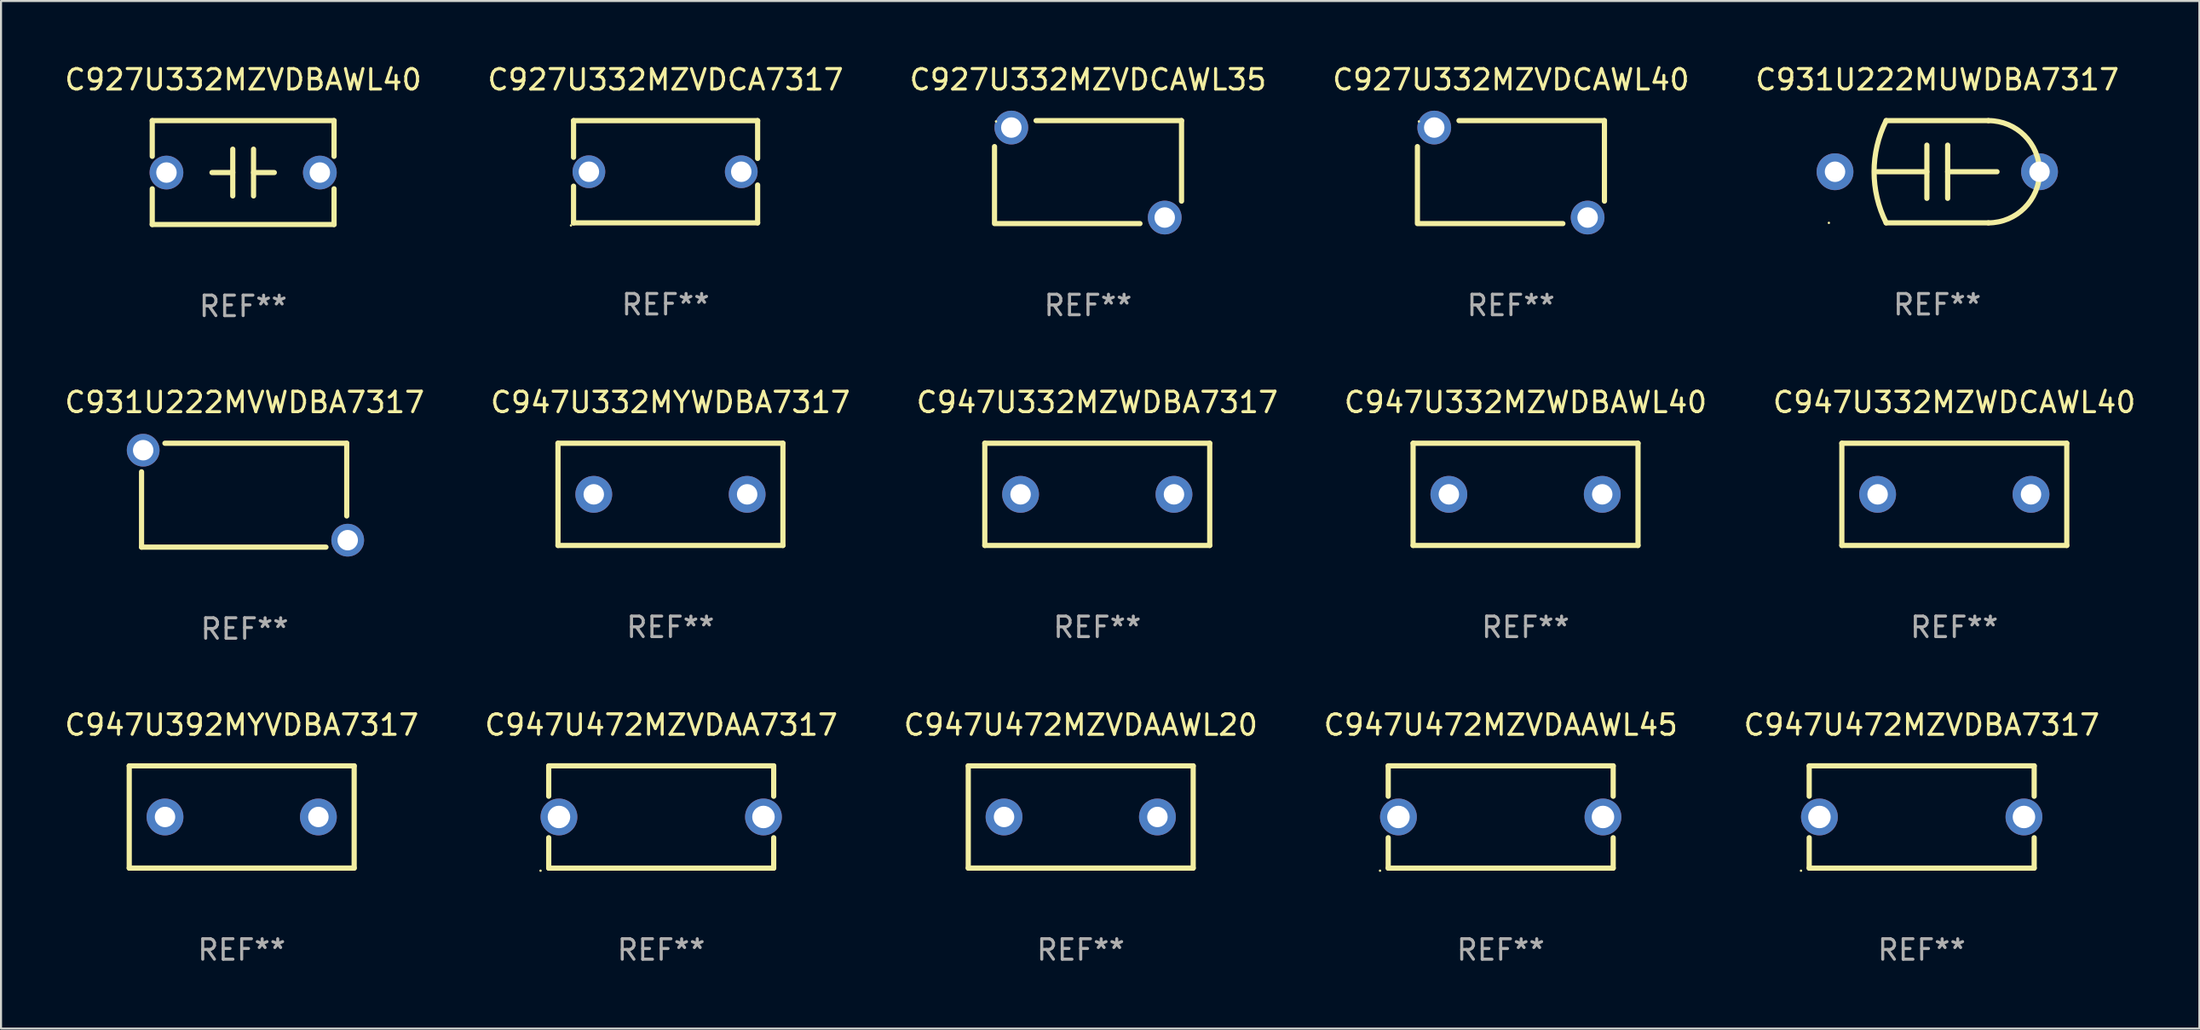
<source format=kicad_pcb>
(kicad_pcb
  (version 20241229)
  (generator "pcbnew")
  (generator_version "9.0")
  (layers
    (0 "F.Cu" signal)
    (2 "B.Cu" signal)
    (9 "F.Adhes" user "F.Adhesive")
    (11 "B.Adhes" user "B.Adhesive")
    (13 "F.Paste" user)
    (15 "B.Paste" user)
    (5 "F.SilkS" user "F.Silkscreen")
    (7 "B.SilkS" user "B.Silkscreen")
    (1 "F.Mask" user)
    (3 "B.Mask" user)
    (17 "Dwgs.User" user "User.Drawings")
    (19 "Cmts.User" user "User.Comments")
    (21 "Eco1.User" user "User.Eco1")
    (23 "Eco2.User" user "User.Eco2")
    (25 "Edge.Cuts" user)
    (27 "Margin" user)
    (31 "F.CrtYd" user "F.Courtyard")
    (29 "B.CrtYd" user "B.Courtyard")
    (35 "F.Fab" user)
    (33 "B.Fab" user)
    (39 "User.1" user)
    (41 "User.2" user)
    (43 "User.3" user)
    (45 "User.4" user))
  (footprint "C947U332MZWDBA7317"
    (layer "F.Cu")
    (at 50.601 21.124)
    (property "Reference" "C947U332MZWDBA7317" (at 0 -4.499 0) (layer "F.SilkS") (effects (font (size 1 1) (thickness 0.15))))
    (attr through_hole)
    (fp_line (start -5.499 -2.499) (end -5.499 2.499) (stroke (width 0.254) (type solid)) (layer "F.SilkS"))
    (fp_line (start -5.499 -2.499) (end 5.499 -2.499) (stroke (width 0.254) (type solid)) (layer "F.SilkS"))
    (fp_line (start 5.499 -2.499) (end 5.499 2.499) (stroke (width 0.254) (type solid)) (layer "F.SilkS"))
    (fp_line (start 5.499 2.499) (end -5.499 2.499) (stroke (width 0.254) (type solid)) (layer "F.SilkS"))
    (fp_circle (center -5.5 2.5) (end -5.47 2.5) (stroke (width 0.06) (type solid)) (fill no) (layer "F.SilkS"))
    (fp_text user "REF**" (at 0 6.499 0) (layer "F.Fab") (effects (font (size 1 1) (thickness 0.15))))
    (pad "1" thru_hole circle (at -3.75 0.000038) (size 1.8 1.8) (drill 1) (layers "*.Cu" "*.Mask"))
    (pad "2" thru_hole circle (at 3.75 0.000038) (size 1.8 1.8) (drill 1) (layers "*.Cu" "*.Mask")))
  (footprint "C947U472MZVDAAWL45"
    (layer "F.Cu")
    (at 70.327 36.901)
    (property "Reference" "C947U472MZVDAAWL45" (at 0 -4.5 0) (layer "F.SilkS") (effects (font (size 1 1) (thickness 0.15))))
    (attr through_hole)
    (fp_line (start -5.5 -2.5) (end -5.5 -1.014) (stroke (width 0.254) (type solid)) (layer "F.SilkS"))
    (fp_line (start -5.5 -2.5) (end 5.5 -2.5) (stroke (width 0.254) (type solid)) (layer "F.SilkS"))
    (fp_line (start -5.5 1.014) (end -5.5 2.5) (stroke (width 0.254) (type solid)) (layer "F.SilkS"))
    (fp_line (start 5.5 -1.014) (end 5.5 -2.5) (stroke (width 0.254) (type solid)) (layer "F.SilkS"))
    (fp_line (start 5.5 2.5) (end -5.5 2.5) (stroke (width 0.254) (type solid)) (layer "F.SilkS"))
    (fp_line (start 5.5 2.5) (end 5.5 1.014) (stroke (width 0.254) (type solid)) (layer "F.SilkS"))
    (fp_circle (center -5.9 2.627) (end -5.87 2.627) (stroke (width 0.06) (type solid)) (fill no) (layer "F.SilkS"))
    (fp_text user "REF**" (at 0 6.5 0) (layer "F.Fab") (effects (font (size 1 1) (thickness 0.15))))
    (pad "1" thru_hole circle (at -5 0) (size 1.8 1.8) (drill 1.1) (layers "*.Cu" "*.Mask"))
    (pad "2" thru_hole circle (at 5 0) (size 1.8 1.8) (drill 1.1) (layers "*.Cu" "*.Mask")))
  (footprint "C947U472MZVDAA7317"
    (layer "F.Cu")
    (at 29.28 36.901)
    (property "Reference" "C947U472MZVDAA7317" (at 0 -4.5 0) (layer "F.SilkS") (effects (font (size 1 1) (thickness 0.15))))
    (attr through_hole)
    (fp_line (start -5.5 -2.5) (end -5.5 -1.014) (stroke (width 0.254) (type solid)) (layer "F.SilkS"))
    (fp_line (start -5.5 -2.5) (end 5.5 -2.5) (stroke (width 0.254) (type solid)) (layer "F.SilkS"))
    (fp_line (start -5.5 1.014) (end -5.5 2.5) (stroke (width 0.254) (type solid)) (layer "F.SilkS"))
    (fp_line (start 5.5 -1.014) (end 5.5 -2.5) (stroke (width 0.254) (type solid)) (layer "F.SilkS"))
    (fp_line (start 5.5 2.5) (end -5.5 2.5) (stroke (width 0.254) (type solid)) (layer "F.SilkS"))
    (fp_line (start 5.5 2.5) (end 5.5 1.014) (stroke (width 0.254) (type solid)) (layer "F.SilkS"))
    (fp_circle (center -5.9 2.627) (end -5.87 2.627) (stroke (width 0.06) (type solid)) (fill no) (layer "F.SilkS"))
    (fp_text user "REF**" (at 0 6.5 0) (layer "F.Fab") (effects (font (size 1 1) (thickness 0.15))))
    (pad "1" thru_hole circle (at -5 0) (size 1.8 1.8) (drill 1.1) (layers "*.Cu" "*.Mask"))
    (pad "2" thru_hole circle (at 5 0) (size 1.8 1.8) (drill 1.1) (layers "*.Cu" "*.Mask")))
  (footprint "C927U332MZVDCA7317"
    (layer "F.Cu")
    (at 29.494 5.348)
    (property "Reference" "C927U332MZVDCA7317" (at 0 -4.499 0) (layer "F.SilkS") (effects (font (size 1 1) (thickness 0.15))))
    (attr through_hole)
    (fp_line (start -4.5 -2.499) (end 4.5 -2.499) (stroke (width 0.254) (type solid)) (layer "F.SilkS"))
    (fp_line (start -4.5 -0.706) (end -4.5 -2.499) (stroke (width 0.254) (type solid)) (layer "F.SilkS"))
    (fp_line (start -4.5 2.499) (end -4.5 0.706) (stroke (width 0.254) (type solid)) (layer "F.SilkS"))
    (fp_line (start 4.5 -2.499) (end 4.5 -0.649) (stroke (width 0.254) (type solid)) (layer "F.SilkS"))
    (fp_line (start 4.5 0.649) (end 4.5 2.499) (stroke (width 0.254) (type solid)) (layer "F.SilkS"))
    (fp_line (start 4.5 2.499) (end -4.5 2.499) (stroke (width 0.254) (type solid)) (layer "F.SilkS"))
    (fp_circle (center -4.627 2.626) (end -4.597 2.626) (stroke (width 0.06) (type solid)) (fill no) (layer "F.SilkS"))
    (fp_text user "REF**" (at 0 6.499 0) (layer "F.Fab") (effects (font (size 1 1) (thickness 0.15))))
    (pad "1" thru_hole circle (at -3.75 0) (size 1.6 1.6) (drill 1) (layers "*.Cu" "*.Mask"))
    (pad "2" thru_hole circle (at 3.7 0) (size 1.6 1.6) (drill 1) (layers "*.Cu" "*.Mask")))
  (footprint "C947U332MZWDBAWL40"
    (layer "F.Cu")
    (at 71.542 21.124)
    (property "Reference" "C947U332MZWDBAWL40" (at 0 -4.499 0) (layer "F.SilkS") (effects (font (size 1 1) (thickness 0.15))))
    (attr through_hole)
    (fp_line (start -5.499 -2.499) (end -5.499 2.499) (stroke (width 0.254) (type solid)) (layer "F.SilkS"))
    (fp_line (start -5.499 -2.499) (end 5.499 -2.499) (stroke (width 0.254) (type solid)) (layer "F.SilkS"))
    (fp_line (start 5.499 -2.499) (end 5.499 2.499) (stroke (width 0.254) (type solid)) (layer "F.SilkS"))
    (fp_line (start 5.499 2.499) (end -5.499 2.499) (stroke (width 0.254) (type solid)) (layer "F.SilkS"))
    (fp_circle (center -5.5 2.5) (end -5.47 2.5) (stroke (width 0.06) (type solid)) (fill no) (layer "F.SilkS"))
    (fp_text user "REF**" (at 0 6.499 0) (layer "F.Fab") (effects (font (size 1 1) (thickness 0.15))))
    (pad "1" thru_hole circle (at -3.75 0.000038) (size 1.8 1.8) (drill 1) (layers "*.Cu" "*.Mask"))
    (pad "2" thru_hole circle (at 3.75 0.000038) (size 1.8 1.8) (drill 1) (layers "*.Cu" "*.Mask")))
  (footprint "C947U472MZVDAAWL20"
    (layer "F.Cu")
    (at 49.792 36.901)
    (property "Reference" "C947U472MZVDAAWL20" (at 0 -4.499 0) (layer "F.SilkS") (effects (font (size 1 1) (thickness 0.15))))
    (attr through_hole)
    (fp_line (start -5.499 -2.499) (end -5.499 2.499) (stroke (width 0.254) (type solid)) (layer "F.SilkS"))
    (fp_line (start -5.499 -2.499) (end 5.499 -2.499) (stroke (width 0.254) (type solid)) (layer "F.SilkS"))
    (fp_line (start 5.499 -2.499) (end 5.499 2.499) (stroke (width 0.254) (type solid)) (layer "F.SilkS"))
    (fp_line (start 5.499 2.499) (end -5.499 2.499) (stroke (width 0.254) (type solid)) (layer "F.SilkS"))
    (fp_circle (center -5.5 2.5) (end -5.47 2.5) (stroke (width 0.06) (type solid)) (fill no) (layer "F.SilkS"))
    (fp_text user "REF**" (at 0 6.499 0) (layer "F.Fab") (effects (font (size 1 1) (thickness 0.15))))
    (pad "1" thru_hole circle (at -3.75 0.000038) (size 1.8 1.8) (drill 1) (layers "*.Cu" "*.Mask"))
    (pad "2" thru_hole circle (at 3.75 0.000038) (size 1.8 1.8) (drill 1) (layers "*.Cu" "*.Mask")))
  (footprint "C927U332MZVDCAWL40"
    (layer "F.Cu")
    (at 70.827 5.366)
    (property "Reference" "C927U332MZVDCAWL40" (at 0 -4.518 0) (layer "F.SilkS") (effects (font (size 1 1) (thickness 0.15))))
    (attr through_hole)
    (fp_line (start -4.572 2.435) (end -4.572 -1.248) (stroke (width 0.254) (type solid)) (layer "F.SilkS"))
    (fp_line (start -4.572 2.518) (end 2.54 2.518) (stroke (width 0.254) (type solid)) (layer "F.SilkS"))
    (fp_line (start -2.54 -2.518) (end 4.572 -2.518) (stroke (width 0.254) (type solid)) (layer "F.SilkS"))
    (fp_line (start 4.572 -2.518) (end 4.572 1.419) (stroke (width 0.254) (type solid)) (layer "F.SilkS"))
    (fp_circle (center -4.5 -2.478) (end -4.47 -2.478) (stroke (width 0.06) (type solid)) (fill no) (layer "F.SilkS"))
    (fp_text user "REF**" (at 0 6.518 0) (layer "F.Fab") (effects (font (size 1 1) (thickness 0.15))))
    (pad "1" thru_hole circle (at -3.75 -2.178) (size 1.65 1.65) (drill 1) (layers "*.Cu" "*.Mask"))
    (pad "2" thru_hole circle (at 3.75 2.222) (size 1.65 1.65) (drill 1) (layers "*.Cu" "*.Mask")))
  (footprint "C931U222MVWDBA7317"
    (layer "F.Cu")
    (at 8.911 21.165)
    (property "Reference" "C931U222MVWDBA7317" (at 0 -4.54 0) (layer "F.SilkS") (effects (font (size 1 1) (thickness 0.15))))
    (attr through_hole)
    (fp_line (start -5.04 2.54) (end -5.04 -1.143) (stroke (width 0.254) (type solid)) (layer "F.SilkS"))
    (fp_line (start -5.04 2.54) (end 3.977 2.54) (stroke (width 0.254) (type solid)) (layer "F.SilkS"))
    (fp_line (start -3.897 -2.54) (end 4.993 -2.54) (stroke (width 0.254) (type solid)) (layer "F.SilkS"))
    (fp_line (start 4.993 -2.54) (end 4.993 1.016) (stroke (width 0.254) (type solid)) (layer "F.SilkS"))
    (fp_circle (center -5.26 -2.5) (end -5.23 -2.5) (stroke (width 0.06) (type solid)) (fill no) (layer "F.SilkS"))
    (fp_text user "REF**" (at 0 6.54 0) (layer "F.Fab") (effects (font (size 1 1) (thickness 0.15))))
    (pad "1" thru_hole circle (at -4.96 -2.2) (size 1.6 1.6) (drill 1) (layers "*.Cu" "*.Mask"))
    (pad "2" thru_hole circle (at 5.04 2.2) (size 1.6 1.6) (drill 1) (layers "*.Cu" "*.Mask")))
  (footprint "C927U332MZVDCAWL35"
    (layer "F.Cu")
    (at 50.149 5.366)
    (property "Reference" "C927U332MZVDCAWL35" (at 0 -4.518 0) (layer "F.SilkS") (effects (font (size 1 1) (thickness 0.15))))
    (attr through_hole)
    (fp_line (start -4.572 2.435) (end -4.572 -1.248) (stroke (width 0.254) (type solid)) (layer "F.SilkS"))
    (fp_line (start -4.572 2.518) (end 2.54 2.518) (stroke (width 0.254) (type solid)) (layer "F.SilkS"))
    (fp_line (start -2.54 -2.518) (end 4.572 -2.518) (stroke (width 0.254) (type solid)) (layer "F.SilkS"))
    (fp_line (start 4.572 -2.518) (end 4.572 1.419) (stroke (width 0.254) (type solid)) (layer "F.SilkS"))
    (fp_circle (center -4.5 -2.478) (end -4.47 -2.478) (stroke (width 0.06) (type solid)) (fill no) (layer "F.SilkS"))
    (fp_text user "REF**" (at 0 6.518 0) (layer "F.Fab") (effects (font (size 1 1) (thickness 0.15))))
    (pad "1" thru_hole circle (at -3.75 -2.178) (size 1.65 1.65) (drill 1) (layers "*.Cu" "*.Mask"))
    (pad "2" thru_hole circle (at 3.75 2.222) (size 1.65 1.65) (drill 1) (layers "*.Cu" "*.Mask")))
  (footprint "C927U332MZVDBAWL40"
    (layer "F.Cu")
    (at 8.839 5.388)
    (property "Reference" "C927U332MZVDBAWL40" (at 0 -4.54 0) (layer "F.SilkS") (effects (font (size 1 1) (thickness 0.15))))
    (attr through_hole)
    (fp_line (start -4.445 -2.54) (end -4.445 -0.794) (stroke (width 0.254) (type solid)) (layer "F.SilkS"))
    (fp_line (start -4.445 0.794) (end -4.445 2.54) (stroke (width 0.254) (type solid)) (layer "F.SilkS"))
    (fp_line (start -4.445 2.54) (end 4.445 2.54) (stroke (width 0.254) (type solid)) (layer "F.SilkS"))
    (fp_line (start -0.508 0.000025) (end -1.524 0.000025) (stroke (width 0.254) (type solid)) (layer "F.SilkS"))
    (fp_line (start -0.508 1.143) (end -0.508 -1.143) (stroke (width 0.254) (type solid)) (layer "F.SilkS"))
    (fp_line (start 0.508 -1.143) (end 0.508 1.143) (stroke (width 0.254) (type solid)) (layer "F.SilkS"))
    (fp_line (start 0.508 -0.000025) (end 1.524 -0.000025) (stroke (width 0.254) (type solid)) (layer "F.SilkS"))
    (fp_line (start 4.445 -2.54) (end -4.445 -2.54) (stroke (width 0.254) (type solid)) (layer "F.SilkS"))
    (fp_line (start 4.445 -0.794) (end 4.445 -2.54) (stroke (width 0.254) (type solid)) (layer "F.SilkS"))
    (fp_line (start 4.445 2.54) (end 4.445 0.794) (stroke (width 0.254) (type solid)) (layer "F.SilkS"))
    (fp_circle (center -4.5 2.5) (end -4.47 2.5) (stroke (width 0.06) (type solid)) (fill no) (layer "F.SilkS"))
    (fp_text user "REF**" (at 0 6.54 0) (layer "F.Fab") (effects (font (size 1 1) (thickness 0.15))))
    (pad "1" thru_hole circle (at -3.75 0) (size 1.65 1.65) (drill 1) (layers "*.Cu" "*.Mask"))
    (pad "2" thru_hole circle (at 3.75 0) (size 1.65 1.65) (drill 1) (layers "*.Cu" "*.Mask")))
  (footprint "C947U332MYWDBA7317"
    (layer "F.Cu")
    (at 29.732 21.124)
    (property "Reference" "C947U332MYWDBA7317" (at 0 -4.499 0) (layer "F.SilkS") (effects (font (size 1 1) (thickness 0.15))))
    (attr through_hole)
    (fp_line (start -5.499 -2.499) (end -5.499 2.499) (stroke (width 0.254) (type solid)) (layer "F.SilkS"))
    (fp_line (start -5.499 -2.499) (end 5.499 -2.499) (stroke (width 0.254) (type solid)) (layer "F.SilkS"))
    (fp_line (start 5.499 -2.499) (end 5.499 2.499) (stroke (width 0.254) (type solid)) (layer "F.SilkS"))
    (fp_line (start 5.499 2.499) (end -5.499 2.499) (stroke (width 0.254) (type solid)) (layer "F.SilkS"))
    (fp_circle (center -5.5 2.5) (end -5.47 2.5) (stroke (width 0.06) (type solid)) (fill no) (layer "F.SilkS"))
    (fp_text user "REF**" (at 0 6.499 0) (layer "F.Fab") (effects (font (size 1 1) (thickness 0.15))))
    (pad "1" thru_hole circle (at -3.75 0.000038) (size 1.8 1.8) (drill 1) (layers "*.Cu" "*.Mask"))
    (pad "2" thru_hole circle (at 3.75 0.000038) (size 1.8 1.8) (drill 1) (layers "*.Cu" "*.Mask")))
  (footprint "C947U392MYVDBA7317"
    (layer "F.Cu")
    (at 8.768 36.901)
    (property "Reference" "C947U392MYVDBA7317" (at 0 -4.499 0) (layer "F.SilkS") (effects (font (size 1 1) (thickness 0.15))))
    (attr through_hole)
    (fp_line (start -5.499 -2.499) (end -5.499 2.499) (stroke (width 0.254) (type solid)) (layer "F.SilkS"))
    (fp_line (start -5.499 -2.499) (end 5.499 -2.499) (stroke (width 0.254) (type solid)) (layer "F.SilkS"))
    (fp_line (start 5.499 -2.499) (end 5.499 2.499) (stroke (width 0.254) (type solid)) (layer "F.SilkS"))
    (fp_line (start 5.499 2.499) (end -5.499 2.499) (stroke (width 0.254) (type solid)) (layer "F.SilkS"))
    (fp_circle (center -5.5 2.5) (end -5.47 2.5) (stroke (width 0.06) (type solid)) (fill no) (layer "F.SilkS"))
    (fp_text user "REF**" (at 0 6.499 0) (layer "F.Fab") (effects (font (size 1 1) (thickness 0.15))))
    (pad "1" thru_hole circle (at -3.75 0.000038) (size 1.8 1.8) (drill 1) (layers "*.Cu" "*.Mask"))
    (pad "2" thru_hole circle (at 3.75 0.000038) (size 1.8 1.8) (drill 1) (layers "*.Cu" "*.Mask")))
  (footprint "C947U472MZVDBA7317"
    (layer "F.Cu")
    (at 90.911 36.901)
    (property "Reference" "C947U472MZVDBA7317" (at 0 -4.5 0) (layer "F.SilkS") (effects (font (size 1 1) (thickness 0.15))))
    (attr through_hole)
    (fp_line (start -5.5 -2.5) (end -5.5 -1.014) (stroke (width 0.254) (type solid)) (layer "F.SilkS"))
    (fp_line (start -5.5 -2.5) (end 5.5 -2.5) (stroke (width 0.254) (type solid)) (layer "F.SilkS"))
    (fp_line (start -5.5 1.014) (end -5.5 2.5) (stroke (width 0.254) (type solid)) (layer "F.SilkS"))
    (fp_line (start 5.5 -1.014) (end 5.5 -2.5) (stroke (width 0.254) (type solid)) (layer "F.SilkS"))
    (fp_line (start 5.5 2.5) (end -5.5 2.5) (stroke (width 0.254) (type solid)) (layer "F.SilkS"))
    (fp_line (start 5.5 2.5) (end 5.5 1.014) (stroke (width 0.254) (type solid)) (layer "F.SilkS"))
    (fp_circle (center -5.9 2.627) (end -5.87 2.627) (stroke (width 0.06) (type solid)) (fill no) (layer "F.SilkS"))
    (fp_text user "REF**" (at 0 6.5 0) (layer "F.Fab") (effects (font (size 1 1) (thickness 0.15))))
    (pad "1" thru_hole circle (at -5 0) (size 1.8 1.8) (drill 1.1) (layers "*.Cu" "*.Mask"))
    (pad "2" thru_hole circle (at 5 0) (size 1.8 1.8) (drill 1.1) (layers "*.Cu" "*.Mask")))
  (footprint "C931U222MUWDBA7317"
    (layer "F.Cu")
    (at 91.673 5.348)
    (property "Reference" "C931U222MUWDBA7317" (at 0 -4.5 0) (layer "F.SilkS") (effects (font (size 1 1) (thickness 0.15))))
    (attr through_hole)
    (fp_line (start -2.5 -2.5) (end 2.5 -2.5) (stroke (width 0.254) (type solid)) (layer "F.SilkS"))
    (fp_line (start -0.508 -1.3) (end -0.508 1.3) (stroke (width 0.254) (type solid)) (layer "F.SilkS"))
    (fp_line (start -0.508 0.000305) (end -2.921 0.000305) (stroke (width 0.254) (type solid)) (layer "F.SilkS"))
    (fp_line (start 0.508 -0.000305) (end 2.921 -0.000305) (stroke (width 0.254) (type solid)) (layer "F.SilkS"))
    (fp_line (start 0.508 1.3) (end 0.508 -1.3) (stroke (width 0.254) (type solid)) (layer "F.SilkS"))
    (fp_line (start 2.5 2.5) (end -2.5 2.5) (stroke (width 0.254) (type solid)) (layer "F.SilkS"))
    (fp_arc (start -2.499365 2.499365) (mid -3.089676 -0.000243) (end -2.5 -2.5) (stroke (width 0.254001) (type solid)) (layer "F.SilkS"))
    (fp_arc (start 2.499366 -2.499364) (mid 4.99906 0.000001) (end 2.5 2.5) (stroke (width 0.254001) (type solid)) (layer "F.SilkS"))
    (fp_circle (center -5.3 2.5) (end -5.27 2.5) (stroke (width 0.06) (type solid)) (fill no) (layer "F.SilkS"))
    (fp_text user "REF**" (at 0 6.5 0) (layer "F.Fab") (effects (font (size 1 1) (thickness 0.15))))
    (pad "1" thru_hole circle (at -5 0) (size 1.8 1.8) (drill 1) (layers "*.Cu" "*.Mask"))
    (pad "2" thru_hole circle (at 5 0) (size 1.8 1.8) (drill 1) (layers "*.Cu" "*.Mask")))
  (footprint "C947U332MZWDCAWL40"
    (layer "F.Cu")
    (at 92.506 21.124)
    (property "Reference" "C947U332MZWDCAWL40" (at 0 -4.499 0) (layer "F.SilkS") (effects (font (size 1 1) (thickness 0.15))))
    (attr through_hole)
    (fp_line (start -5.499 -2.499) (end -5.499 2.499) (stroke (width 0.254) (type solid)) (layer "F.SilkS"))
    (fp_line (start -5.499 -2.499) (end 5.499 -2.499) (stroke (width 0.254) (type solid)) (layer "F.SilkS"))
    (fp_line (start 5.499 -2.499) (end 5.499 2.499) (stroke (width 0.254) (type solid)) (layer "F.SilkS"))
    (fp_line (start 5.499 2.499) (end -5.499 2.499) (stroke (width 0.254) (type solid)) (layer "F.SilkS"))
    (fp_circle (center -5.5 2.5) (end -5.47 2.5) (stroke (width 0.06) (type solid)) (fill no) (layer "F.SilkS"))
    (fp_text user "REF**" (at 0 6.499 0) (layer "F.Fab") (effects (font (size 1 1) (thickness 0.15))))
    (pad "1" thru_hole circle (at -3.75 0.000038) (size 1.8 1.8) (drill 1) (layers "*.Cu" "*.Mask"))
    (pad "2" thru_hole circle (at 3.75 0.000038) (size 1.8 1.8) (drill 1) (layers "*.Cu" "*.Mask")))
  (gr_rect
    (start -3 -3)
    (end 104.488 47.25)
    (stroke (width 0.1) (type default))
    (fill no)
    (layer "Edge.Cuts")))
</source>
